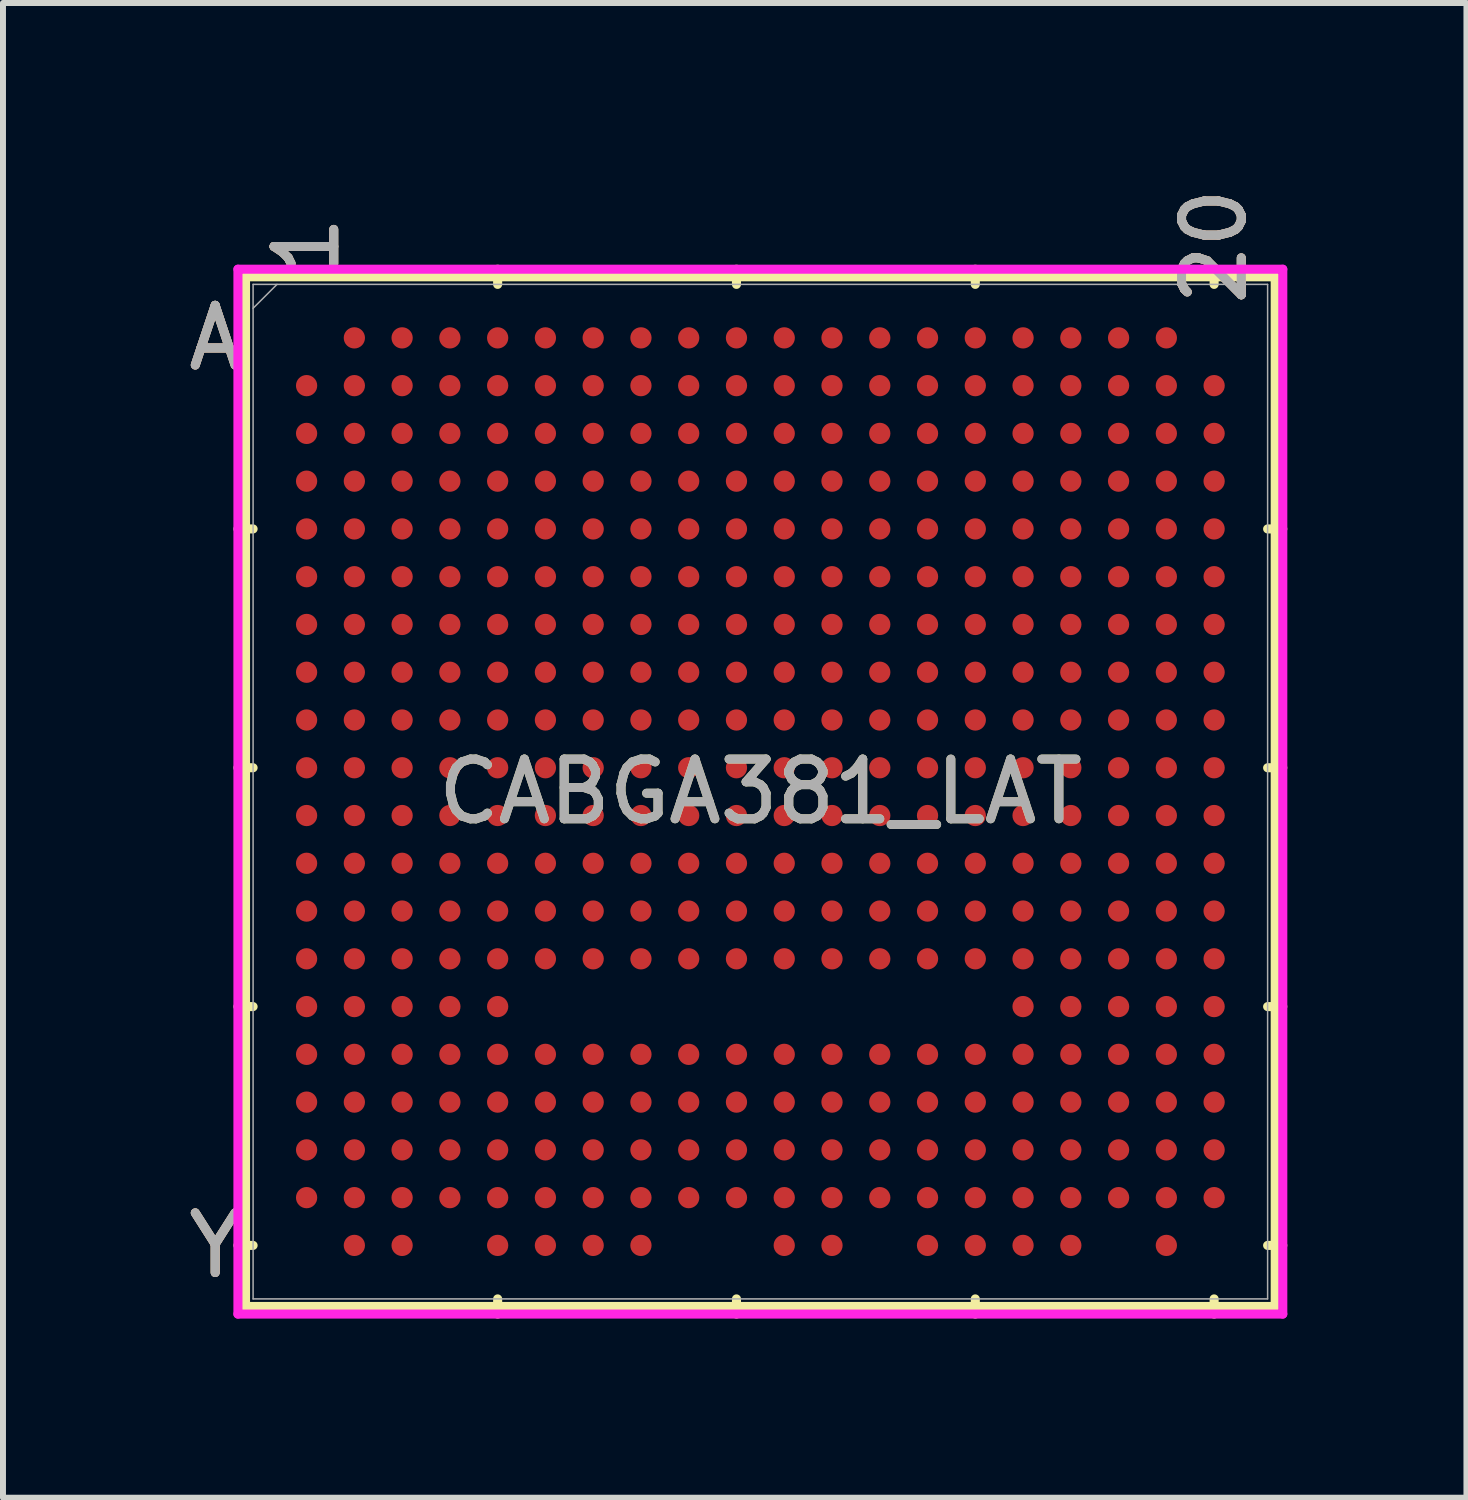
<source format=kicad_pcb>
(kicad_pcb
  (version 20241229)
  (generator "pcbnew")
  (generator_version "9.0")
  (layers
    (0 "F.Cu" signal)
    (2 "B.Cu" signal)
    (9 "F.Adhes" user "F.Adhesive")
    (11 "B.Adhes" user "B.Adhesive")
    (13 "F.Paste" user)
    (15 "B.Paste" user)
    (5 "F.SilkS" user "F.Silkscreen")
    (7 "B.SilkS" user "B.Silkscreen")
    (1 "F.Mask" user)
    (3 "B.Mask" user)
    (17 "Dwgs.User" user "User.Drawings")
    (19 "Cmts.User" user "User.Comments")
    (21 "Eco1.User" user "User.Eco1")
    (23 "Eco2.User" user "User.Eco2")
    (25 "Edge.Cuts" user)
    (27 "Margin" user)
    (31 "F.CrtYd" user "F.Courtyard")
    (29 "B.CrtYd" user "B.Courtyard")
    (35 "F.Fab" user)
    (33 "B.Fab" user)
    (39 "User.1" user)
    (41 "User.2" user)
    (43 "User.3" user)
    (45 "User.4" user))
  (footprint "CABGA381_LAT"
    (layer "F.Cu")
    (at 9.685 10.209)
    (property "Reference" "CABGA381_LAT" (at 0 0 0) (unlocked yes) (layer "F.SilkS") (effects (font (size 1 1) (thickness 0.15))))
    (attr smd)
    (fp_line (start -8.623 -8.623) (end -8.623 8.623) (stroke (width 0.152) (type solid)) (layer "F.SilkS"))
    (fp_line (start -8.623 8.623) (end 8.623 8.623) (stroke (width 0.152) (type solid)) (layer "F.SilkS"))
    (fp_line (start -8.496 -4.4) (end -8.75 -4.4) (stroke (width 0.152) (type solid)) (layer "F.SilkS"))
    (fp_line (start -8.496 -0.4) (end -8.75 -0.4) (stroke (width 0.152) (type solid)) (layer "F.SilkS"))
    (fp_line (start -8.496 3.6) (end -8.75 3.6) (stroke (width 0.152) (type solid)) (layer "F.SilkS"))
    (fp_line (start -8.496 7.6) (end -8.75 7.6) (stroke (width 0.152) (type solid)) (layer "F.SilkS"))
    (fp_line (start -4.4 -8.496) (end -4.4 -8.75) (stroke (width 0.152) (type solid)) (layer "F.SilkS"))
    (fp_line (start -4.4 8.496) (end -4.4 8.75) (stroke (width 0.152) (type solid)) (layer "F.SilkS"))
    (fp_line (start -0.4 -8.496) (end -0.4 -8.75) (stroke (width 0.152) (type solid)) (layer "F.SilkS"))
    (fp_line (start -0.4 8.496) (end -0.4 8.75) (stroke (width 0.152) (type solid)) (layer "F.SilkS"))
    (fp_line (start 3.6 -8.496) (end 3.6 -8.75) (stroke (width 0.152) (type solid)) (layer "F.SilkS"))
    (fp_line (start 3.6 8.496) (end 3.6 8.75) (stroke (width 0.152) (type solid)) (layer "F.SilkS"))
    (fp_line (start 7.6 -8.496) (end 7.6 -8.75) (stroke (width 0.152) (type solid)) (layer "F.SilkS"))
    (fp_line (start 7.6 8.496) (end 7.6 8.75) (stroke (width 0.152) (type solid)) (layer "F.SilkS"))
    (fp_line (start 8.496 -4.4) (end 8.75 -4.4) (stroke (width 0.152) (type solid)) (layer "F.SilkS"))
    (fp_line (start 8.496 -0.4) (end 8.75 -0.4) (stroke (width 0.152) (type solid)) (layer "F.SilkS"))
    (fp_line (start 8.496 3.6) (end 8.75 3.6) (stroke (width 0.152) (type solid)) (layer "F.SilkS"))
    (fp_line (start 8.496 7.6) (end 8.75 7.6) (stroke (width 0.152) (type solid)) (layer "F.SilkS"))
    (fp_line (start 8.623 -8.623) (end -8.623 -8.623) (stroke (width 0.152) (type solid)) (layer "F.SilkS"))
    (fp_line (start 8.623 8.623) (end 8.623 -8.623) (stroke (width 0.152) (type solid)) (layer "F.SilkS"))
    (fp_line (start -8.75 -8.75) (end 8.75 -8.75) (stroke (width 0.152) (type solid)) (layer "F.CrtYd"))
    (fp_line (start -8.75 8.75) (end -8.75 -8.75) (stroke (width 0.152) (type solid)) (layer "F.CrtYd"))
    (fp_line (start 8.75 -8.75) (end 8.75 8.75) (stroke (width 0.152) (type solid)) (layer "F.CrtYd"))
    (fp_line (start 8.75 8.75) (end -8.75 8.75) (stroke (width 0.152) (type solid)) (layer "F.CrtYd"))
    (fp_line (start -8.496 -8.496) (end -8.496 8.496) (stroke (width 0.025) (type solid)) (layer "F.Fab"))
    (fp_line (start -8.496 8.496) (end 8.496 8.496) (stroke (width 0.025) (type solid)) (layer "F.Fab"))
    (fp_line (start -8.096 -8.496) (end -8.496 -8.096) (stroke (width 0.025) (type solid)) (layer "F.Fab"))
    (fp_line (start 8.496 -8.496) (end -8.496 -8.496) (stroke (width 0.025) (type solid)) (layer "F.Fab"))
    (fp_line (start 8.496 8.496) (end 8.496 -8.496) (stroke (width 0.025) (type solid)) (layer "F.Fab"))
    (fp_text user "20" (at 7.6 -9.131 90) (unlocked yes) (layer "F.SilkS") (effects (font (size 1 1) (thickness 0.15))))
    (fp_text user "Y" (at -9.131 7.6 0) (unlocked yes) (layer "F.SilkS") (effects (font (size 1 1) (thickness 0.15))))
    (fp_text user "A" (at -9.131 -7.6 0) (unlocked yes) (layer "F.SilkS") (effects (font (size 1 1) (thickness 0.15))))
    (fp_text user "1" (at -7.6 -9.131 90) (unlocked yes) (layer "F.SilkS") (effects (font (size 1 1) (thickness 0.15))))
    (fp_text user "A" (at -9.131 -7.6 0) (unlocked yes) (layer "B.SilkS") (effects (font (size 1 1) (thickness 0.15))))
    (fp_text user "1" (at -7.6 -9.131 90) (unlocked yes) (layer "B.SilkS") (effects (font (size 1 1) (thickness 0.15))))
    (fp_text user "20" (at 7.6 -9.131 90) (unlocked yes) (layer "B.SilkS") (effects (font (size 1 1) (thickness 0.15))))
    (fp_text user "Y" (at -9.131 7.6 0) (unlocked yes) (layer "B.SilkS") (effects (font (size 1 1) (thickness 0.15))))
    (fp_text user "1" (at -7.6 -9.131 90) (unlocked yes) (layer "F.Fab") (effects (font (size 1 1) (thickness 0.15))))
    (fp_text user "Y" (at -9.131 7.6 0) (unlocked yes) (layer "F.Fab") (effects (font (size 1 1) (thickness 0.15))))
    (fp_text user "${REFERENCE}" (at 0 0 0) (unlocked yes) (layer "F.Fab") (effects (font (size 1 1) (thickness 0.15))))
    (fp_text user "A" (at -9.131 -7.6 0) (unlocked yes) (layer "F.Fab") (effects (font (size 1 1) (thickness 0.15))))
    (fp_text user "20" (at 7.6 -9.131 90) (unlocked yes) (layer "F.Fab") (effects (font (size 1 1) (thickness 0.15))))
    (pad "A2" smd circle (at -6.8 -7.6) (size 0.356 0.356) (layers "F.Cu" "F.Mask" "F.Paste"))
    (pad "A3" smd circle (at -6 -7.6) (size 0.356 0.356) (layers "F.Cu" "F.Mask" "F.Paste"))
    (pad "A4" smd circle (at -5.2 -7.6) (size 0.356 0.356) (layers "F.Cu" "F.Mask" "F.Paste"))
    (pad "A5" smd circle (at -4.4 -7.6) (size 0.356 0.356) (layers "F.Cu" "F.Mask" "F.Paste"))
    (pad "A6" smd circle (at -3.6 -7.6) (size 0.356 0.356) (layers "F.Cu" "F.Mask" "F.Paste"))
    (pad "A7" smd circle (at -2.8 -7.6) (size 0.356 0.356) (layers "F.Cu" "F.Mask" "F.Paste"))
    (pad "A8" smd circle (at -2 -7.6) (size 0.356 0.356) (layers "F.Cu" "F.Mask" "F.Paste"))
    (pad "A9" smd circle (at -1.2 -7.6) (size 0.356 0.356) (layers "F.Cu" "F.Mask" "F.Paste"))
    (pad "A10" smd circle (at -0.4 -7.6) (size 0.356 0.356) (layers "F.Cu" "F.Mask" "F.Paste"))
    (pad "A11" smd circle (at 0.4 -7.6) (size 0.356 0.356) (layers "F.Cu" "F.Mask" "F.Paste"))
    (pad "A12" smd circle (at 1.2 -7.6) (size 0.356 0.356) (layers "F.Cu" "F.Mask" "F.Paste"))
    (pad "A13" smd circle (at 2 -7.6) (size 0.356 0.356) (layers "F.Cu" "F.Mask" "F.Paste"))
    (pad "A14" smd circle (at 2.8 -7.6) (size 0.356 0.356) (layers "F.Cu" "F.Mask" "F.Paste"))
    (pad "A15" smd circle (at 3.6 -7.6) (size 0.356 0.356) (layers "F.Cu" "F.Mask" "F.Paste"))
    (pad "A16" smd circle (at 4.4 -7.6) (size 0.356 0.356) (layers "F.Cu" "F.Mask" "F.Paste"))
    (pad "A17" smd circle (at 5.2 -7.6) (size 0.356 0.356) (layers "F.Cu" "F.Mask" "F.Paste"))
    (pad "A18" smd circle (at 6 -7.6) (size 0.356 0.356) (layers "F.Cu" "F.Mask" "F.Paste"))
    (pad "A19" smd circle (at 6.8 -7.6) (size 0.356 0.356) (layers "F.Cu" "F.Mask" "F.Paste"))
    (pad "B1" smd circle (at -7.6 -6.8) (size 0.356 0.356) (layers "F.Cu" "F.Mask" "F.Paste"))
    (pad "B2" smd circle (at -6.8 -6.8) (size 0.356 0.356) (layers "F.Cu" "F.Mask" "F.Paste"))
    (pad "B3" smd circle (at -6 -6.8) (size 0.356 0.356) (layers "F.Cu" "F.Mask" "F.Paste"))
    (pad "B4" smd circle (at -5.2 -6.8) (size 0.356 0.356) (layers "F.Cu" "F.Mask" "F.Paste"))
    (pad "B5" smd circle (at -4.4 -6.8) (size 0.356 0.356) (layers "F.Cu" "F.Mask" "F.Paste"))
    (pad "B6" smd circle (at -3.6 -6.8) (size 0.356 0.356) (layers "F.Cu" "F.Mask" "F.Paste"))
    (pad "B7" smd circle (at -2.8 -6.8) (size 0.356 0.356) (layers "F.Cu" "F.Mask" "F.Paste"))
    (pad "B8" smd circle (at -2 -6.8) (size 0.356 0.356) (layers "F.Cu" "F.Mask" "F.Paste"))
    (pad "B9" smd circle (at -1.2 -6.8) (size 0.356 0.356) (layers "F.Cu" "F.Mask" "F.Paste"))
    (pad "B10" smd circle (at -0.4 -6.8) (size 0.356 0.356) (layers "F.Cu" "F.Mask" "F.Paste"))
    (pad "B11" smd circle (at 0.4 -6.8) (size 0.356 0.356) (layers "F.Cu" "F.Mask" "F.Paste"))
    (pad "B12" smd circle (at 1.2 -6.8) (size 0.356 0.356) (layers "F.Cu" "F.Mask" "F.Paste"))
    (pad "B13" smd circle (at 2 -6.8) (size 0.356 0.356) (layers "F.Cu" "F.Mask" "F.Paste"))
    (pad "B14" smd circle (at 2.8 -6.8) (size 0.356 0.356) (layers "F.Cu" "F.Mask" "F.Paste"))
    (pad "B15" smd circle (at 3.6 -6.8) (size 0.356 0.356) (layers "F.Cu" "F.Mask" "F.Paste"))
    (pad "B16" smd circle (at 4.4 -6.8) (size 0.356 0.356) (layers "F.Cu" "F.Mask" "F.Paste"))
    (pad "B17" smd circle (at 5.2 -6.8) (size 0.356 0.356) (layers "F.Cu" "F.Mask" "F.Paste"))
    (pad "B18" smd circle (at 6 -6.8) (size 0.356 0.356) (layers "F.Cu" "F.Mask" "F.Paste"))
    (pad "B19" smd circle (at 6.8 -6.8) (size 0.356 0.356) (layers "F.Cu" "F.Mask" "F.Paste"))
    (pad "B20" smd circle (at 7.6 -6.8) (size 0.356 0.356) (layers "F.Cu" "F.Mask" "F.Paste"))
    (pad "C1" smd circle (at -7.6 -6) (size 0.356 0.356) (layers "F.Cu" "F.Mask" "F.Paste"))
    (pad "C2" smd circle (at -6.8 -6) (size 0.356 0.356) (layers "F.Cu" "F.Mask" "F.Paste"))
    (pad "C3" smd circle (at -6 -6) (size 0.356 0.356) (layers "F.Cu" "F.Mask" "F.Paste"))
    (pad "C4" smd circle (at -5.2 -6) (size 0.356 0.356) (layers "F.Cu" "F.Mask" "F.Paste"))
    (pad "C5" smd circle (at -4.4 -6) (size 0.356 0.356) (layers "F.Cu" "F.Mask" "F.Paste"))
    (pad "C6" smd circle (at -3.6 -6) (size 0.356 0.356) (layers "F.Cu" "F.Mask" "F.Paste"))
    (pad "C7" smd circle (at -2.8 -6) (size 0.356 0.356) (layers "F.Cu" "F.Mask" "F.Paste"))
    (pad "C8" smd circle (at -2 -6) (size 0.356 0.356) (layers "F.Cu" "F.Mask" "F.Paste"))
    (pad "C9" smd circle (at -1.2 -6) (size 0.356 0.356) (layers "F.Cu" "F.Mask" "F.Paste"))
    (pad "C10" smd circle (at -0.4 -6) (size 0.356 0.356) (layers "F.Cu" "F.Mask" "F.Paste"))
    (pad "C11" smd circle (at 0.4 -6) (size 0.356 0.356) (layers "F.Cu" "F.Mask" "F.Paste"))
    (pad "C12" smd circle (at 1.2 -6) (size 0.356 0.356) (layers "F.Cu" "F.Mask" "F.Paste"))
    (pad "C13" smd circle (at 2 -6) (size 0.356 0.356) (layers "F.Cu" "F.Mask" "F.Paste"))
    (pad "C14" smd circle (at 2.8 -6) (size 0.356 0.356) (layers "F.Cu" "F.Mask" "F.Paste"))
    (pad "C15" smd circle (at 3.6 -6) (size 0.356 0.356) (layers "F.Cu" "F.Mask" "F.Paste"))
    (pad "C16" smd circle (at 4.4 -6) (size 0.356 0.356) (layers "F.Cu" "F.Mask" "F.Paste"))
    (pad "C17" smd circle (at 5.2 -6) (size 0.356 0.356) (layers "F.Cu" "F.Mask" "F.Paste"))
    (pad "C18" smd circle (at 6 -6) (size 0.356 0.356) (layers "F.Cu" "F.Mask" "F.Paste"))
    (pad "C19" smd circle (at 6.8 -6) (size 0.356 0.356) (layers "F.Cu" "F.Mask" "F.Paste"))
    (pad "C20" smd circle (at 7.6 -6) (size 0.356 0.356) (layers "F.Cu" "F.Mask" "F.Paste"))
    (pad "D1" smd circle (at -7.6 -5.2) (size 0.356 0.356) (layers "F.Cu" "F.Mask" "F.Paste"))
    (pad "D2" smd circle (at -6.8 -5.2) (size 0.356 0.356) (layers "F.Cu" "F.Mask" "F.Paste"))
    (pad "D3" smd circle (at -6 -5.2) (size 0.356 0.356) (layers "F.Cu" "F.Mask" "F.Paste"))
    (pad "D4" smd circle (at -5.2 -5.2) (size 0.356 0.356) (layers "F.Cu" "F.Mask" "F.Paste"))
    (pad "D5" smd circle (at -4.4 -5.2) (size 0.356 0.356) (layers "F.Cu" "F.Mask" "F.Paste"))
    (pad "D6" smd circle (at -3.6 -5.2) (size 0.356 0.356) (layers "F.Cu" "F.Mask" "F.Paste"))
    (pad "D7" smd circle (at -2.8 -5.2) (size 0.356 0.356) (layers "F.Cu" "F.Mask" "F.Paste"))
    (pad "D8" smd circle (at -2 -5.2) (size 0.356 0.356) (layers "F.Cu" "F.Mask" "F.Paste"))
    (pad "D9" smd circle (at -1.2 -5.2) (size 0.356 0.356) (layers "F.Cu" "F.Mask" "F.Paste"))
    (pad "D10" smd circle (at -0.4 -5.2) (size 0.356 0.356) (layers "F.Cu" "F.Mask" "F.Paste"))
    (pad "D11" smd circle (at 0.4 -5.2) (size 0.356 0.356) (layers "F.Cu" "F.Mask" "F.Paste"))
    (pad "D12" smd circle (at 1.2 -5.2) (size 0.356 0.356) (layers "F.Cu" "F.Mask" "F.Paste"))
    (pad "D13" smd circle (at 2 -5.2) (size 0.356 0.356) (layers "F.Cu" "F.Mask" "F.Paste"))
    (pad "D14" smd circle (at 2.8 -5.2) (size 0.356 0.356) (layers "F.Cu" "F.Mask" "F.Paste"))
    (pad "D15" smd circle (at 3.6 -5.2) (size 0.356 0.356) (layers "F.Cu" "F.Mask" "F.Paste"))
    (pad "D16" smd circle (at 4.4 -5.2) (size 0.356 0.356) (layers "F.Cu" "F.Mask" "F.Paste"))
    (pad "D17" smd circle (at 5.2 -5.2) (size 0.356 0.356) (layers "F.Cu" "F.Mask" "F.Paste"))
    (pad "D18" smd circle (at 6 -5.2) (size 0.356 0.356) (layers "F.Cu" "F.Mask" "F.Paste"))
    (pad "D19" smd circle (at 6.8 -5.2) (size 0.356 0.356) (layers "F.Cu" "F.Mask" "F.Paste"))
    (pad "D20" smd circle (at 7.6 -5.2) (size 0.356 0.356) (layers "F.Cu" "F.Mask" "F.Paste"))
    (pad "E1" smd circle (at -7.6 -4.4) (size 0.356 0.356) (layers "F.Cu" "F.Mask" "F.Paste"))
    (pad "E2" smd circle (at -6.8 -4.4) (size 0.356 0.356) (layers "F.Cu" "F.Mask" "F.Paste"))
    (pad "E3" smd circle (at -6 -4.4) (size 0.356 0.356) (layers "F.Cu" "F.Mask" "F.Paste"))
    (pad "E4" smd circle (at -5.2 -4.4) (size 0.356 0.356) (layers "F.Cu" "F.Mask" "F.Paste"))
    (pad "E5" smd circle (at -4.4 -4.4) (size 0.356 0.356) (layers "F.Cu" "F.Mask" "F.Paste"))
    (pad "E6" smd circle (at -3.6 -4.4) (size 0.356 0.356) (layers "F.Cu" "F.Mask" "F.Paste"))
    (pad "E7" smd circle (at -2.8 -4.4) (size 0.356 0.356) (layers "F.Cu" "F.Mask" "F.Paste"))
    (pad "E8" smd circle (at -2 -4.4) (size 0.356 0.356) (layers "F.Cu" "F.Mask" "F.Paste"))
    (pad "E9" smd circle (at -1.2 -4.4) (size 0.356 0.356) (layers "F.Cu" "F.Mask" "F.Paste"))
    (pad "E10" smd circle (at -0.4 -4.4) (size 0.356 0.356) (layers "F.Cu" "F.Mask" "F.Paste"))
    (pad "E11" smd circle (at 0.4 -4.4) (size 0.356 0.356) (layers "F.Cu" "F.Mask" "F.Paste"))
    (pad "E12" smd circle (at 1.2 -4.4) (size 0.356 0.356) (layers "F.Cu" "F.Mask" "F.Paste"))
    (pad "E13" smd circle (at 2 -4.4) (size 0.356 0.356) (layers "F.Cu" "F.Mask" "F.Paste"))
    (pad "E14" smd circle (at 2.8 -4.4) (size 0.356 0.356) (layers "F.Cu" "F.Mask" "F.Paste"))
    (pad "E15" smd circle (at 3.6 -4.4) (size 0.356 0.356) (layers "F.Cu" "F.Mask" "F.Paste"))
    (pad "E16" smd circle (at 4.4 -4.4) (size 0.356 0.356) (layers "F.Cu" "F.Mask" "F.Paste"))
    (pad "E17" smd circle (at 5.2 -4.4) (size 0.356 0.356) (layers "F.Cu" "F.Mask" "F.Paste"))
    (pad "E18" smd circle (at 6 -4.4) (size 0.356 0.356) (layers "F.Cu" "F.Mask" "F.Paste"))
    (pad "E19" smd circle (at 6.8 -4.4) (size 0.356 0.356) (layers "F.Cu" "F.Mask" "F.Paste"))
    (pad "E20" smd circle (at 7.6 -4.4) (size 0.356 0.356) (layers "F.Cu" "F.Mask" "F.Paste"))
    (pad "F1" smd circle (at -7.6 -3.6) (size 0.356 0.356) (layers "F.Cu" "F.Mask" "F.Paste"))
    (pad "F2" smd circle (at -6.8 -3.6) (size 0.356 0.356) (layers "F.Cu" "F.Mask" "F.Paste"))
    (pad "F3" smd circle (at -6 -3.6) (size 0.356 0.356) (layers "F.Cu" "F.Mask" "F.Paste"))
    (pad "F4" smd circle (at -5.2 -3.6) (size 0.356 0.356) (layers "F.Cu" "F.Mask" "F.Paste"))
    (pad "F5" smd circle (at -4.4 -3.6) (size 0.356 0.356) (layers "F.Cu" "F.Mask" "F.Paste"))
    (pad "F6" smd circle (at -3.6 -3.6) (size 0.356 0.356) (layers "F.Cu" "F.Mask" "F.Paste"))
    (pad "F7" smd circle (at -2.8 -3.6) (size 0.356 0.356) (layers "F.Cu" "F.Mask" "F.Paste"))
    (pad "F8" smd circle (at -2 -3.6) (size 0.356 0.356) (layers "F.Cu" "F.Mask" "F.Paste"))
    (pad "F9" smd circle (at -1.2 -3.6) (size 0.356 0.356) (layers "F.Cu" "F.Mask" "F.Paste"))
    (pad "F10" smd circle (at -0.4 -3.6) (size 0.356 0.356) (layers "F.Cu" "F.Mask" "F.Paste"))
    (pad "F11" smd circle (at 0.4 -3.6) (size 0.356 0.356) (layers "F.Cu" "F.Mask" "F.Paste"))
    (pad "F12" smd circle (at 1.2 -3.6) (size 0.356 0.356) (layers "F.Cu" "F.Mask" "F.Paste"))
    (pad "F13" smd circle (at 2 -3.6) (size 0.356 0.356) (layers "F.Cu" "F.Mask" "F.Paste"))
    (pad "F14" smd circle (at 2.8 -3.6) (size 0.356 0.356) (layers "F.Cu" "F.Mask" "F.Paste"))
    (pad "F15" smd circle (at 3.6 -3.6) (size 0.356 0.356) (layers "F.Cu" "F.Mask" "F.Paste"))
    (pad "F16" smd circle (at 4.4 -3.6) (size 0.356 0.356) (layers "F.Cu" "F.Mask" "F.Paste"))
    (pad "F17" smd circle (at 5.2 -3.6) (size 0.356 0.356) (layers "F.Cu" "F.Mask" "F.Paste"))
    (pad "F18" smd circle (at 6 -3.6) (size 0.356 0.356) (layers "F.Cu" "F.Mask" "F.Paste"))
    (pad "F19" smd circle (at 6.8 -3.6) (size 0.356 0.356) (layers "F.Cu" "F.Mask" "F.Paste"))
    (pad "F20" smd circle (at 7.6 -3.6) (size 0.356 0.356) (layers "F.Cu" "F.Mask" "F.Paste"))
    (pad "G1" smd circle (at -7.6 -2.8) (size 0.356 0.356) (layers "F.Cu" "F.Mask" "F.Paste"))
    (pad "G2" smd circle (at -6.8 -2.8) (size 0.356 0.356) (layers "F.Cu" "F.Mask" "F.Paste"))
    (pad "G3" smd circle (at -6 -2.8) (size 0.356 0.356) (layers "F.Cu" "F.Mask" "F.Paste"))
    (pad "G4" smd circle (at -5.2 -2.8) (size 0.356 0.356) (layers "F.Cu" "F.Mask" "F.Paste"))
    (pad "G5" smd circle (at -4.4 -2.8) (size 0.356 0.356) (layers "F.Cu" "F.Mask" "F.Paste"))
    (pad "G6" smd circle (at -3.6 -2.8) (size 0.356 0.356) (layers "F.Cu" "F.Mask" "F.Paste"))
    (pad "G7" smd circle (at -2.8 -2.8) (size 0.356 0.356) (layers "F.Cu" "F.Mask" "F.Paste"))
    (pad "G8" smd circle (at -2 -2.8) (size 0.356 0.356) (layers "F.Cu" "F.Mask" "F.Paste"))
    (pad "G9" smd circle (at -1.2 -2.8) (size 0.356 0.356) (layers "F.Cu" "F.Mask" "F.Paste"))
    (pad "G10" smd circle (at -0.4 -2.8) (size 0.356 0.356) (layers "F.Cu" "F.Mask" "F.Paste"))
    (pad "G11" smd circle (at 0.4 -2.8) (size 0.356 0.356) (layers "F.Cu" "F.Mask" "F.Paste"))
    (pad "G12" smd circle (at 1.2 -2.8) (size 0.356 0.356) (layers "F.Cu" "F.Mask" "F.Paste"))
    (pad "G13" smd circle (at 2 -2.8) (size 0.356 0.356) (layers "F.Cu" "F.Mask" "F.Paste"))
    (pad "G14" smd circle (at 2.8 -2.8) (size 0.356 0.356) (layers "F.Cu" "F.Mask" "F.Paste"))
    (pad "G15" smd circle (at 3.6 -2.8) (size 0.356 0.356) (layers "F.Cu" "F.Mask" "F.Paste"))
    (pad "G16" smd circle (at 4.4 -2.8) (size 0.356 0.356) (layers "F.Cu" "F.Mask" "F.Paste"))
    (pad "G17" smd circle (at 5.2 -2.8) (size 0.356 0.356) (layers "F.Cu" "F.Mask" "F.Paste"))
    (pad "G18" smd circle (at 6 -2.8) (size 0.356 0.356) (layers "F.Cu" "F.Mask" "F.Paste"))
    (pad "G19" smd circle (at 6.8 -2.8) (size 0.356 0.356) (layers "F.Cu" "F.Mask" "F.Paste"))
    (pad "G20" smd circle (at 7.6 -2.8) (size 0.356 0.356) (layers "F.Cu" "F.Mask" "F.Paste"))
    (pad "H1" smd circle (at -7.6 -2) (size 0.356 0.356) (layers "F.Cu" "F.Mask" "F.Paste"))
    (pad "H2" smd circle (at -6.8 -2) (size 0.356 0.356) (layers "F.Cu" "F.Mask" "F.Paste"))
    (pad "H3" smd circle (at -6 -2) (size 0.356 0.356) (layers "F.Cu" "F.Mask" "F.Paste"))
    (pad "H4" smd circle (at -5.2 -2) (size 0.356 0.356) (layers "F.Cu" "F.Mask" "F.Paste"))
    (pad "H5" smd circle (at -4.4 -2) (size 0.356 0.356) (layers "F.Cu" "F.Mask" "F.Paste"))
    (pad "H6" smd circle (at -3.6 -2) (size 0.356 0.356) (layers "F.Cu" "F.Mask" "F.Paste"))
    (pad "H7" smd circle (at -2.8 -2) (size 0.356 0.356) (layers "F.Cu" "F.Mask" "F.Paste"))
    (pad "H8" smd circle (at -2 -2) (size 0.356 0.356) (layers "F.Cu" "F.Mask" "F.Paste"))
    (pad "H9" smd circle (at -1.2 -2) (size 0.356 0.356) (layers "F.Cu" "F.Mask" "F.Paste"))
    (pad "H10" smd circle (at -0.4 -2) (size 0.356 0.356) (layers "F.Cu" "F.Mask" "F.Paste"))
    (pad "H11" smd circle (at 0.4 -2) (size 0.356 0.356) (layers "F.Cu" "F.Mask" "F.Paste"))
    (pad "H12" smd circle (at 1.2 -2) (size 0.356 0.356) (layers "F.Cu" "F.Mask" "F.Paste"))
    (pad "H13" smd circle (at 2 -2) (size 0.356 0.356) (layers "F.Cu" "F.Mask" "F.Paste"))
    (pad "H14" smd circle (at 2.8 -2) (size 0.356 0.356) (layers "F.Cu" "F.Mask" "F.Paste"))
    (pad "H15" smd circle (at 3.6 -2) (size 0.356 0.356) (layers "F.Cu" "F.Mask" "F.Paste"))
    (pad "H16" smd circle (at 4.4 -2) (size 0.356 0.356) (layers "F.Cu" "F.Mask" "F.Paste"))
    (pad "H17" smd circle (at 5.2 -2) (size 0.356 0.356) (layers "F.Cu" "F.Mask" "F.Paste"))
    (pad "H18" smd circle (at 6 -2) (size 0.356 0.356) (layers "F.Cu" "F.Mask" "F.Paste"))
    (pad "H19" smd circle (at 6.8 -2) (size 0.356 0.356) (layers "F.Cu" "F.Mask" "F.Paste"))
    (pad "H20" smd circle (at 7.6 -2) (size 0.356 0.356) (layers "F.Cu" "F.Mask" "F.Paste"))
    (pad "J1" smd circle (at -7.6 -1.2) (size 0.356 0.356) (layers "F.Cu" "F.Mask" "F.Paste"))
    (pad "J2" smd circle (at -6.8 -1.2) (size 0.356 0.356) (layers "F.Cu" "F.Mask" "F.Paste"))
    (pad "J3" smd circle (at -6 -1.2) (size 0.356 0.356) (layers "F.Cu" "F.Mask" "F.Paste"))
    (pad "J4" smd circle (at -5.2 -1.2) (size 0.356 0.356) (layers "F.Cu" "F.Mask" "F.Paste"))
    (pad "J5" smd circle (at -4.4 -1.2) (size 0.356 0.356) (layers "F.Cu" "F.Mask" "F.Paste"))
    (pad "J6" smd circle (at -3.6 -1.2) (size 0.356 0.356) (layers "F.Cu" "F.Mask" "F.Paste"))
    (pad "J7" smd circle (at -2.8 -1.2) (size 0.356 0.356) (layers "F.Cu" "F.Mask" "F.Paste"))
    (pad "J8" smd circle (at -2 -1.2) (size 0.356 0.356) (layers "F.Cu" "F.Mask" "F.Paste"))
    (pad "J9" smd circle (at -1.2 -1.2) (size 0.356 0.356) (layers "F.Cu" "F.Mask" "F.Paste"))
    (pad "J10" smd circle (at -0.4 -1.2) (size 0.356 0.356) (layers "F.Cu" "F.Mask" "F.Paste"))
    (pad "J11" smd circle (at 0.4 -1.2) (size 0.356 0.356) (layers "F.Cu" "F.Mask" "F.Paste"))
    (pad "J12" smd circle (at 1.2 -1.2) (size 0.356 0.356) (layers "F.Cu" "F.Mask" "F.Paste"))
    (pad "J13" smd circle (at 2 -1.2) (size 0.356 0.356) (layers "F.Cu" "F.Mask" "F.Paste"))
    (pad "J14" smd circle (at 2.8 -1.2) (size 0.356 0.356) (layers "F.Cu" "F.Mask" "F.Paste"))
    (pad "J15" smd circle (at 3.6 -1.2) (size 0.356 0.356) (layers "F.Cu" "F.Mask" "F.Paste"))
    (pad "J16" smd circle (at 4.4 -1.2) (size 0.356 0.356) (layers "F.Cu" "F.Mask" "F.Paste"))
    (pad "J17" smd circle (at 5.2 -1.2) (size 0.356 0.356) (layers "F.Cu" "F.Mask" "F.Paste"))
    (pad "J18" smd circle (at 6 -1.2) (size 0.356 0.356) (layers "F.Cu" "F.Mask" "F.Paste"))
    (pad "J19" smd circle (at 6.8 -1.2) (size 0.356 0.356) (layers "F.Cu" "F.Mask" "F.Paste"))
    (pad "J20" smd circle (at 7.6 -1.2) (size 0.356 0.356) (layers "F.Cu" "F.Mask" "F.Paste"))
    (pad "K1" smd circle (at -7.6 -0.4) (size 0.356 0.356) (layers "F.Cu" "F.Mask" "F.Paste"))
    (pad "K2" smd circle (at -6.8 -0.4) (size 0.356 0.356) (layers "F.Cu" "F.Mask" "F.Paste"))
    (pad "K3" smd circle (at -6 -0.4) (size 0.356 0.356) (layers "F.Cu" "F.Mask" "F.Paste"))
    (pad "K4" smd circle (at -5.2 -0.4) (size 0.356 0.356) (layers "F.Cu" "F.Mask" "F.Paste"))
    (pad "K5" smd circle (at -4.4 -0.4) (size 0.356 0.356) (layers "F.Cu" "F.Mask" "F.Paste"))
    (pad "K6" smd circle (at -3.6 -0.4) (size 0.356 0.356) (layers "F.Cu" "F.Mask" "F.Paste"))
    (pad "K7" smd circle (at -2.8 -0.4) (size 0.356 0.356) (layers "F.Cu" "F.Mask" "F.Paste"))
    (pad "K8" smd circle (at -2 -0.4) (size 0.356 0.356) (layers "F.Cu" "F.Mask" "F.Paste"))
    (pad "K9" smd circle (at -1.2 -0.4) (size 0.356 0.356) (layers "F.Cu" "F.Mask" "F.Paste"))
    (pad "K10" smd circle (at -0.4 -0.4) (size 0.356 0.356) (layers "F.Cu" "F.Mask" "F.Paste"))
    (pad "K11" smd circle (at 0.4 -0.4) (size 0.356 0.356) (layers "F.Cu" "F.Mask" "F.Paste"))
    (pad "K12" smd circle (at 1.2 -0.4) (size 0.356 0.356) (layers "F.Cu" "F.Mask" "F.Paste"))
    (pad "K13" smd circle (at 2 -0.4) (size 0.356 0.356) (layers "F.Cu" "F.Mask" "F.Paste"))
    (pad "K14" smd circle (at 2.8 -0.4) (size 0.356 0.356) (layers "F.Cu" "F.Mask" "F.Paste"))
    (pad "K15" smd circle (at 3.6 -0.4) (size 0.356 0.356) (layers "F.Cu" "F.Mask" "F.Paste"))
    (pad "K16" smd circle (at 4.4 -0.4) (size 0.356 0.356) (layers "F.Cu" "F.Mask" "F.Paste"))
    (pad "K17" smd circle (at 5.2 -0.4) (size 0.356 0.356) (layers "F.Cu" "F.Mask" "F.Paste"))
    (pad "K18" smd circle (at 6 -0.4) (size 0.356 0.356) (layers "F.Cu" "F.Mask" "F.Paste"))
    (pad "K19" smd circle (at 6.8 -0.4) (size 0.356 0.356) (layers "F.Cu" "F.Mask" "F.Paste"))
    (pad "K20" smd circle (at 7.6 -0.4) (size 0.356 0.356) (layers "F.Cu" "F.Mask" "F.Paste"))
    (pad "L1" smd circle (at -7.6 0.4) (size 0.356 0.356) (layers "F.Cu" "F.Mask" "F.Paste"))
    (pad "L2" smd circle (at -6.8 0.4) (size 0.356 0.356) (layers "F.Cu" "F.Mask" "F.Paste"))
    (pad "L3" smd circle (at -6 0.4) (size 0.356 0.356) (layers "F.Cu" "F.Mask" "F.Paste"))
    (pad "L4" smd circle (at -5.2 0.4) (size 0.356 0.356) (layers "F.Cu" "F.Mask" "F.Paste"))
    (pad "L5" smd circle (at -4.4 0.4) (size 0.356 0.356) (layers "F.Cu" "F.Mask" "F.Paste"))
    (pad "L6" smd circle (at -3.6 0.4) (size 0.356 0.356) (layers "F.Cu" "F.Mask" "F.Paste"))
    (pad "L7" smd circle (at -2.8 0.4) (size 0.356 0.356) (layers "F.Cu" "F.Mask" "F.Paste"))
    (pad "L8" smd circle (at -2 0.4) (size 0.356 0.356) (layers "F.Cu" "F.Mask" "F.Paste"))
    (pad "L9" smd circle (at -1.2 0.4) (size 0.356 0.356) (layers "F.Cu" "F.Mask" "F.Paste"))
    (pad "L10" smd circle (at -0.4 0.4) (size 0.356 0.356) (layers "F.Cu" "F.Mask" "F.Paste"))
    (pad "L11" smd circle (at 0.4 0.4) (size 0.356 0.356) (layers "F.Cu" "F.Mask" "F.Paste"))
    (pad "L12" smd circle (at 1.2 0.4) (size 0.356 0.356) (layers "F.Cu" "F.Mask" "F.Paste"))
    (pad "L13" smd circle (at 2 0.4) (size 0.356 0.356) (layers "F.Cu" "F.Mask" "F.Paste"))
    (pad "L14" smd circle (at 2.8 0.4) (size 0.356 0.356) (layers "F.Cu" "F.Mask" "F.Paste"))
    (pad "L15" smd circle (at 3.6 0.4) (size 0.356 0.356) (layers "F.Cu" "F.Mask" "F.Paste"))
    (pad "L16" smd circle (at 4.4 0.4) (size 0.356 0.356) (layers "F.Cu" "F.Mask" "F.Paste"))
    (pad "L17" smd circle (at 5.2 0.4) (size 0.356 0.356) (layers "F.Cu" "F.Mask" "F.Paste"))
    (pad "L18" smd circle (at 6 0.4) (size 0.356 0.356) (layers "F.Cu" "F.Mask" "F.Paste"))
    (pad "L19" smd circle (at 6.8 0.4) (size 0.356 0.356) (layers "F.Cu" "F.Mask" "F.Paste"))
    (pad "L20" smd circle (at 7.6 0.4) (size 0.356 0.356) (layers "F.Cu" "F.Mask" "F.Paste"))
    (pad "M1" smd circle (at -7.6 1.2) (size 0.356 0.356) (layers "F.Cu" "F.Mask" "F.Paste"))
    (pad "M2" smd circle (at -6.8 1.2) (size 0.356 0.356) (layers "F.Cu" "F.Mask" "F.Paste"))
    (pad "M3" smd circle (at -6 1.2) (size 0.356 0.356) (layers "F.Cu" "F.Mask" "F.Paste"))
    (pad "M4" smd circle (at -5.2 1.2) (size 0.356 0.356) (layers "F.Cu" "F.Mask" "F.Paste"))
    (pad "M5" smd circle (at -4.4 1.2) (size 0.356 0.356) (layers "F.Cu" "F.Mask" "F.Paste"))
    (pad "M6" smd circle (at -3.6 1.2) (size 0.356 0.356) (layers "F.Cu" "F.Mask" "F.Paste"))
    (pad "M7" smd circle (at -2.8 1.2) (size 0.356 0.356) (layers "F.Cu" "F.Mask" "F.Paste"))
    (pad "M8" smd circle (at -2 1.2) (size 0.356 0.356) (layers "F.Cu" "F.Mask" "F.Paste"))
    (pad "M9" smd circle (at -1.2 1.2) (size 0.356 0.356) (layers "F.Cu" "F.Mask" "F.Paste"))
    (pad "M10" smd circle (at -0.4 1.2) (size 0.356 0.356) (layers "F.Cu" "F.Mask" "F.Paste"))
    (pad "M11" smd circle (at 0.4 1.2) (size 0.356 0.356) (layers "F.Cu" "F.Mask" "F.Paste"))
    (pad "M12" smd circle (at 1.2 1.2) (size 0.356 0.356) (layers "F.Cu" "F.Mask" "F.Paste"))
    (pad "M13" smd circle (at 2 1.2) (size 0.356 0.356) (layers "F.Cu" "F.Mask" "F.Paste"))
    (pad "M14" smd circle (at 2.8 1.2) (size 0.356 0.356) (layers "F.Cu" "F.Mask" "F.Paste"))
    (pad "M15" smd circle (at 3.6 1.2) (size 0.356 0.356) (layers "F.Cu" "F.Mask" "F.Paste"))
    (pad "M16" smd circle (at 4.4 1.2) (size 0.356 0.356) (layers "F.Cu" "F.Mask" "F.Paste"))
    (pad "M17" smd circle (at 5.2 1.2) (size 0.356 0.356) (layers "F.Cu" "F.Mask" "F.Paste"))
    (pad "M18" smd circle (at 6 1.2) (size 0.356 0.356) (layers "F.Cu" "F.Mask" "F.Paste"))
    (pad "M19" smd circle (at 6.8 1.2) (size 0.356 0.356) (layers "F.Cu" "F.Mask" "F.Paste"))
    (pad "M20" smd circle (at 7.6 1.2) (size 0.356 0.356) (layers "F.Cu" "F.Mask" "F.Paste"))
    (pad "N1" smd circle (at -7.6 2) (size 0.356 0.356) (layers "F.Cu" "F.Mask" "F.Paste"))
    (pad "N2" smd circle (at -6.8 2) (size 0.356 0.356) (layers "F.Cu" "F.Mask" "F.Paste"))
    (pad "N3" smd circle (at -6 2) (size 0.356 0.356) (layers "F.Cu" "F.Mask" "F.Paste"))
    (pad "N4" smd circle (at -5.2 2) (size 0.356 0.356) (layers "F.Cu" "F.Mask" "F.Paste"))
    (pad "N5" smd circle (at -4.4 2) (size 0.356 0.356) (layers "F.Cu" "F.Mask" "F.Paste"))
    (pad "N6" smd circle (at -3.6 2) (size 0.356 0.356) (layers "F.Cu" "F.Mask" "F.Paste"))
    (pad "N7" smd circle (at -2.8 2) (size 0.356 0.356) (layers "F.Cu" "F.Mask" "F.Paste"))
    (pad "N8" smd circle (at -2 2) (size 0.356 0.356) (layers "F.Cu" "F.Mask" "F.Paste"))
    (pad "N9" smd circle (at -1.2 2) (size 0.356 0.356) (layers "F.Cu" "F.Mask" "F.Paste"))
    (pad "N10" smd circle (at -0.4 2) (size 0.356 0.356) (layers "F.Cu" "F.Mask" "F.Paste"))
    (pad "N11" smd circle (at 0.4 2) (size 0.356 0.356) (layers "F.Cu" "F.Mask" "F.Paste"))
    (pad "N12" smd circle (at 1.2 2) (size 0.356 0.356) (layers "F.Cu" "F.Mask" "F.Paste"))
    (pad "N13" smd circle (at 2 2) (size 0.356 0.356) (layers "F.Cu" "F.Mask" "F.Paste"))
    (pad "N14" smd circle (at 2.8 2) (size 0.356 0.356) (layers "F.Cu" "F.Mask" "F.Paste"))
    (pad "N15" smd circle (at 3.6 2) (size 0.356 0.356) (layers "F.Cu" "F.Mask" "F.Paste"))
    (pad "N16" smd circle (at 4.4 2) (size 0.356 0.356) (layers "F.Cu" "F.Mask" "F.Paste"))
    (pad "N17" smd circle (at 5.2 2) (size 0.356 0.356) (layers "F.Cu" "F.Mask" "F.Paste"))
    (pad "N18" smd circle (at 6 2) (size 0.356 0.356) (layers "F.Cu" "F.Mask" "F.Paste"))
    (pad "N19" smd circle (at 6.8 2) (size 0.356 0.356) (layers "F.Cu" "F.Mask" "F.Paste"))
    (pad "N20" smd circle (at 7.6 2) (size 0.356 0.356) (layers "F.Cu" "F.Mask" "F.Paste"))
    (pad "P1" smd circle (at -7.6 2.8) (size 0.356 0.356) (layers "F.Cu" "F.Mask" "F.Paste"))
    (pad "P2" smd circle (at -6.8 2.8) (size 0.356 0.356) (layers "F.Cu" "F.Mask" "F.Paste"))
    (pad "P3" smd circle (at -6 2.8) (size 0.356 0.356) (layers "F.Cu" "F.Mask" "F.Paste"))
    (pad "P4" smd circle (at -5.2 2.8) (size 0.356 0.356) (layers "F.Cu" "F.Mask" "F.Paste"))
    (pad "P5" smd circle (at -4.4 2.8) (size 0.356 0.356) (layers "F.Cu" "F.Mask" "F.Paste"))
    (pad "P6" smd circle (at -3.6 2.8) (size 0.356 0.356) (layers "F.Cu" "F.Mask" "F.Paste"))
    (pad "P7" smd circle (at -2.8 2.8) (size 0.356 0.356) (layers "F.Cu" "F.Mask" "F.Paste"))
    (pad "P8" smd circle (at -2 2.8) (size 0.356 0.356) (layers "F.Cu" "F.Mask" "F.Paste"))
    (pad "P9" smd circle (at -1.2 2.8) (size 0.356 0.356) (layers "F.Cu" "F.Mask" "F.Paste"))
    (pad "P10" smd circle (at -0.4 2.8) (size 0.356 0.356) (layers "F.Cu" "F.Mask" "F.Paste"))
    (pad "P11" smd circle (at 0.4 2.8) (size 0.356 0.356) (layers "F.Cu" "F.Mask" "F.Paste"))
    (pad "P12" smd circle (at 1.2 2.8) (size 0.356 0.356) (layers "F.Cu" "F.Mask" "F.Paste"))
    (pad "P13" smd circle (at 2 2.8) (size 0.356 0.356) (layers "F.Cu" "F.Mask" "F.Paste"))
    (pad "P14" smd circle (at 2.8 2.8) (size 0.356 0.356) (layers "F.Cu" "F.Mask" "F.Paste"))
    (pad "P15" smd circle (at 3.6 2.8) (size 0.356 0.356) (layers "F.Cu" "F.Mask" "F.Paste"))
    (pad "P16" smd circle (at 4.4 2.8) (size 0.356 0.356) (layers "F.Cu" "F.Mask" "F.Paste"))
    (pad "P17" smd circle (at 5.2 2.8) (size 0.356 0.356) (layers "F.Cu" "F.Mask" "F.Paste"))
    (pad "P18" smd circle (at 6 2.8) (size 0.356 0.356) (layers "F.Cu" "F.Mask" "F.Paste"))
    (pad "P19" smd circle (at 6.8 2.8) (size 0.356 0.356) (layers "F.Cu" "F.Mask" "F.Paste"))
    (pad "P20" smd circle (at 7.6 2.8) (size 0.356 0.356) (layers "F.Cu" "F.Mask" "F.Paste"))
    (pad "R1" smd circle (at -7.6 3.6) (size 0.356 0.356) (layers "F.Cu" "F.Mask" "F.Paste"))
    (pad "R2" smd circle (at -6.8 3.6) (size 0.356 0.356) (layers "F.Cu" "F.Mask" "F.Paste"))
    (pad "R3" smd circle (at -6 3.6) (size 0.356 0.356) (layers "F.Cu" "F.Mask" "F.Paste"))
    (pad "R4" smd circle (at -5.2 3.6) (size 0.356 0.356) (layers "F.Cu" "F.Mask" "F.Paste"))
    (pad "R5" smd circle (at -4.4 3.6) (size 0.356 0.356) (layers "F.Cu" "F.Mask" "F.Paste"))
    (pad "R16" smd circle (at 4.4 3.6) (size 0.356 0.356) (layers "F.Cu" "F.Mask" "F.Paste"))
    (pad "R17" smd circle (at 5.2 3.6) (size 0.356 0.356) (layers "F.Cu" "F.Mask" "F.Paste"))
    (pad "R18" smd circle (at 6 3.6) (size 0.356 0.356) (layers "F.Cu" "F.Mask" "F.Paste"))
    (pad "R19" smd circle (at 6.8 3.6) (size 0.356 0.356) (layers "F.Cu" "F.Mask" "F.Paste"))
    (pad "R20" smd circle (at 7.6 3.6) (size 0.356 0.356) (layers "F.Cu" "F.Mask" "F.Paste"))
    (pad "T1" smd circle (at -7.6 4.4) (size 0.356 0.356) (layers "F.Cu" "F.Mask" "F.Paste"))
    (pad "T2" smd circle (at -6.8 4.4) (size 0.356 0.356) (layers "F.Cu" "F.Mask" "F.Paste"))
    (pad "T3" smd circle (at -6 4.4) (size 0.356 0.356) (layers "F.Cu" "F.Mask" "F.Paste"))
    (pad "T4" smd circle (at -5.2 4.4) (size 0.356 0.356) (layers "F.Cu" "F.Mask" "F.Paste"))
    (pad "T5" smd circle (at -4.4 4.4) (size 0.356 0.356) (layers "F.Cu" "F.Mask" "F.Paste"))
    (pad "T6" smd circle (at -3.6 4.4) (size 0.356 0.356) (layers "F.Cu" "F.Mask" "F.Paste"))
    (pad "T7" smd circle (at -2.8 4.4) (size 0.356 0.356) (layers "F.Cu" "F.Mask" "F.Paste"))
    (pad "T8" smd circle (at -2 4.4) (size 0.356 0.356) (layers "F.Cu" "F.Mask" "F.Paste"))
    (pad "T9" smd circle (at -1.2 4.4) (size 0.356 0.356) (layers "F.Cu" "F.Mask" "F.Paste"))
    (pad "T10" smd circle (at -0.4 4.4) (size 0.356 0.356) (layers "F.Cu" "F.Mask" "F.Paste"))
    (pad "T11" smd circle (at 0.4 4.4) (size 0.356 0.356) (layers "F.Cu" "F.Mask" "F.Paste"))
    (pad "T12" smd circle (at 1.2 4.4) (size 0.356 0.356) (layers "F.Cu" "F.Mask" "F.Paste"))
    (pad "T13" smd circle (at 2 4.4) (size 0.356 0.356) (layers "F.Cu" "F.Mask" "F.Paste"))
    (pad "T14" smd circle (at 2.8 4.4) (size 0.356 0.356) (layers "F.Cu" "F.Mask" "F.Paste"))
    (pad "T15" smd circle (at 3.6 4.4) (size 0.356 0.356) (layers "F.Cu" "F.Mask" "F.Paste"))
    (pad "T16" smd circle (at 4.4 4.4) (size 0.356 0.356) (layers "F.Cu" "F.Mask" "F.Paste"))
    (pad "T17" smd circle (at 5.2 4.4) (size 0.356 0.356) (layers "F.Cu" "F.Mask" "F.Paste"))
    (pad "T18" smd circle (at 6 4.4) (size 0.356 0.356) (layers "F.Cu" "F.Mask" "F.Paste"))
    (pad "T19" smd circle (at 6.8 4.4) (size 0.356 0.356) (layers "F.Cu" "F.Mask" "F.Paste"))
    (pad "T20" smd circle (at 7.6 4.4) (size 0.356 0.356) (layers "F.Cu" "F.Mask" "F.Paste"))
    (pad "U1" smd circle (at -7.6 5.2) (size 0.356 0.356) (layers "F.Cu" "F.Mask" "F.Paste"))
    (pad "U2" smd circle (at -6.8 5.2) (size 0.356 0.356) (layers "F.Cu" "F.Mask" "F.Paste"))
    (pad "U3" smd circle (at -6 5.2) (size 0.356 0.356) (layers "F.Cu" "F.Mask" "F.Paste"))
    (pad "U4" smd circle (at -5.2 5.2) (size 0.356 0.356) (layers "F.Cu" "F.Mask" "F.Paste"))
    (pad "U5" smd circle (at -4.4 5.2) (size 0.356 0.356) (layers "F.Cu" "F.Mask" "F.Paste"))
    (pad "U6" smd circle (at -3.6 5.2) (size 0.356 0.356) (layers "F.Cu" "F.Mask" "F.Paste"))
    (pad "U7" smd circle (at -2.8 5.2) (size 0.356 0.356) (layers "F.Cu" "F.Mask" "F.Paste"))
    (pad "U8" smd circle (at -2 5.2) (size 0.356 0.356) (layers "F.Cu" "F.Mask" "F.Paste"))
    (pad "U9" smd circle (at -1.2 5.2) (size 0.356 0.356) (layers "F.Cu" "F.Mask" "F.Paste"))
    (pad "U10" smd circle (at -0.4 5.2) (size 0.356 0.356) (layers "F.Cu" "F.Mask" "F.Paste"))
    (pad "U11" smd circle (at 0.4 5.2) (size 0.356 0.356) (layers "F.Cu" "F.Mask" "F.Paste"))
    (pad "U12" smd circle (at 1.2 5.2) (size 0.356 0.356) (layers "F.Cu" "F.Mask" "F.Paste"))
    (pad "U13" smd circle (at 2 5.2) (size 0.356 0.356) (layers "F.Cu" "F.Mask" "F.Paste"))
    (pad "U14" smd circle (at 2.8 5.2) (size 0.356 0.356) (layers "F.Cu" "F.Mask" "F.Paste"))
    (pad "U15" smd circle (at 3.6 5.2) (size 0.356 0.356) (layers "F.Cu" "F.Mask" "F.Paste"))
    (pad "U16" smd circle (at 4.4 5.2) (size 0.356 0.356) (layers "F.Cu" "F.Mask" "F.Paste"))
    (pad "U17" smd circle (at 5.2 5.2) (size 0.356 0.356) (layers "F.Cu" "F.Mask" "F.Paste"))
    (pad "U18" smd circle (at 6 5.2) (size 0.356 0.356) (layers "F.Cu" "F.Mask" "F.Paste"))
    (pad "U19" smd circle (at 6.8 5.2) (size 0.356 0.356) (layers "F.Cu" "F.Mask" "F.Paste"))
    (pad "U20" smd circle (at 7.6 5.2) (size 0.356 0.356) (layers "F.Cu" "F.Mask" "F.Paste"))
    (pad "V1" smd circle (at -7.6 6) (size 0.356 0.356) (layers "F.Cu" "F.Mask" "F.Paste"))
    (pad "V2" smd circle (at -6.8 6) (size 0.356 0.356) (layers "F.Cu" "F.Mask" "F.Paste"))
    (pad "V3" smd circle (at -6 6) (size 0.356 0.356) (layers "F.Cu" "F.Mask" "F.Paste"))
    (pad "V4" smd circle (at -5.2 6) (size 0.356 0.356) (layers "F.Cu" "F.Mask" "F.Paste"))
    (pad "V5" smd circle (at -4.4 6) (size 0.356 0.356) (layers "F.Cu" "F.Mask" "F.Paste"))
    (pad "V6" smd circle (at -3.6 6) (size 0.356 0.356) (layers "F.Cu" "F.Mask" "F.Paste"))
    (pad "V7" smd circle (at -2.8 6) (size 0.356 0.356) (layers "F.Cu" "F.Mask" "F.Paste"))
    (pad "V8" smd circle (at -2 6) (size 0.356 0.356) (layers "F.Cu" "F.Mask" "F.Paste"))
    (pad "V9" smd circle (at -1.2 6) (size 0.356 0.356) (layers "F.Cu" "F.Mask" "F.Paste"))
    (pad "V10" smd circle (at -0.4 6) (size 0.356 0.356) (layers "F.Cu" "F.Mask" "F.Paste"))
    (pad "V11" smd circle (at 0.4 6) (size 0.356 0.356) (layers "F.Cu" "F.Mask" "F.Paste"))
    (pad "V12" smd circle (at 1.2 6) (size 0.356 0.356) (layers "F.Cu" "F.Mask" "F.Paste"))
    (pad "V13" smd circle (at 2 6) (size 0.356 0.356) (layers "F.Cu" "F.Mask" "F.Paste"))
    (pad "V14" smd circle (at 2.8 6) (size 0.356 0.356) (layers "F.Cu" "F.Mask" "F.Paste"))
    (pad "V15" smd circle (at 3.6 6) (size 0.356 0.356) (layers "F.Cu" "F.Mask" "F.Paste"))
    (pad "V16" smd circle (at 4.4 6) (size 0.356 0.356) (layers "F.Cu" "F.Mask" "F.Paste"))
    (pad "V17" smd circle (at 5.2 6) (size 0.356 0.356) (layers "F.Cu" "F.Mask" "F.Paste"))
    (pad "V18" smd circle (at 6 6) (size 0.356 0.356) (layers "F.Cu" "F.Mask" "F.Paste"))
    (pad "V19" smd circle (at 6.8 6) (size 0.356 0.356) (layers "F.Cu" "F.Mask" "F.Paste"))
    (pad "V20" smd circle (at 7.6 6) (size 0.356 0.356) (layers "F.Cu" "F.Mask" "F.Paste"))
    (pad "W1" smd circle (at -7.6 6.8) (size 0.356 0.356) (layers "F.Cu" "F.Mask" "F.Paste"))
    (pad "W2" smd circle (at -6.8 6.8) (size 0.356 0.356) (layers "F.Cu" "F.Mask" "F.Paste"))
    (pad "W3" smd circle (at -6 6.8) (size 0.356 0.356) (layers "F.Cu" "F.Mask" "F.Paste"))
    (pad "W4" smd circle (at -5.2 6.8) (size 0.356 0.356) (layers "F.Cu" "F.Mask" "F.Paste"))
    (pad "W5" smd circle (at -4.4 6.8) (size 0.356 0.356) (layers "F.Cu" "F.Mask" "F.Paste"))
    (pad "W6" smd circle (at -3.6 6.8) (size 0.356 0.356) (layers "F.Cu" "F.Mask" "F.Paste"))
    (pad "W7" smd circle (at -2.8 6.8) (size 0.356 0.356) (layers "F.Cu" "F.Mask" "F.Paste"))
    (pad "W8" smd circle (at -2 6.8) (size 0.356 0.356) (layers "F.Cu" "F.Mask" "F.Paste"))
    (pad "W9" smd circle (at -1.2 6.8) (size 0.356 0.356) (layers "F.Cu" "F.Mask" "F.Paste"))
    (pad "W10" smd circle (at -0.4 6.8) (size 0.356 0.356) (layers "F.Cu" "F.Mask" "F.Paste"))
    (pad "W11" smd circle (at 0.4 6.8) (size 0.356 0.356) (layers "F.Cu" "F.Mask" "F.Paste"))
    (pad "W12" smd circle (at 1.2 6.8) (size 0.356 0.356) (layers "F.Cu" "F.Mask" "F.Paste"))
    (pad "W13" smd circle (at 2 6.8) (size 0.356 0.356) (layers "F.Cu" "F.Mask" "F.Paste"))
    (pad "W14" smd circle (at 2.8 6.8) (size 0.356 0.356) (layers "F.Cu" "F.Mask" "F.Paste"))
    (pad "W15" smd circle (at 3.6 6.8) (size 0.356 0.356) (layers "F.Cu" "F.Mask" "F.Paste"))
    (pad "W16" smd circle (at 4.4 6.8) (size 0.356 0.356) (layers "F.Cu" "F.Mask" "F.Paste"))
    (pad "W17" smd circle (at 5.2 6.8) (size 0.356 0.356) (layers "F.Cu" "F.Mask" "F.Paste"))
    (pad "W18" smd circle (at 6 6.8) (size 0.356 0.356) (layers "F.Cu" "F.Mask" "F.Paste"))
    (pad "W19" smd circle (at 6.8 6.8) (size 0.356 0.356) (layers "F.Cu" "F.Mask" "F.Paste"))
    (pad "W20" smd circle (at 7.6 6.8) (size 0.356 0.356) (layers "F.Cu" "F.Mask" "F.Paste"))
    (pad "Y2" smd circle (at -6.8 7.6) (size 0.356 0.356) (layers "F.Cu" "F.Mask" "F.Paste"))
    (pad "Y3" smd circle (at -6 7.6) (size 0.356 0.356) (layers "F.Cu" "F.Mask" "F.Paste"))
    (pad "Y5" smd circle (at -4.4 7.6) (size 0.356 0.356) (layers "F.Cu" "F.Mask" "F.Paste"))
    (pad "Y6" smd circle (at -3.6 7.6) (size 0.356 0.356) (layers "F.Cu" "F.Mask" "F.Paste"))
    (pad "Y7" smd circle (at -2.8 7.6) (size 0.356 0.356) (layers "F.Cu" "F.Mask" "F.Paste"))
    (pad "Y8" smd circle (at -2 7.6) (size 0.356 0.356) (layers "F.Cu" "F.Mask" "F.Paste"))
    (pad "Y11" smd circle (at 0.4 7.6) (size 0.356 0.356) (layers "F.Cu" "F.Mask" "F.Paste"))
    (pad "Y12" smd circle (at 1.2 7.6) (size 0.356 0.356) (layers "F.Cu" "F.Mask" "F.Paste"))
    (pad "Y14" smd circle (at 2.8 7.6) (size 0.356 0.356) (layers "F.Cu" "F.Mask" "F.Paste"))
    (pad "Y15" smd circle (at 3.6 7.6) (size 0.356 0.356) (layers "F.Cu" "F.Mask" "F.Paste"))
    (pad "Y16" smd circle (at 4.4 7.6) (size 0.356 0.356) (layers "F.Cu" "F.Mask" "F.Paste"))
    (pad "Y17" smd circle (at 5.2 7.6) (size 0.356 0.356) (layers "F.Cu" "F.Mask" "F.Paste"))
    (pad "Y19" smd circle (at 6.8 7.6) (size 0.356 0.356) (layers "F.Cu" "F.Mask" "F.Paste")))
  (gr_rect
    (start -3 -3)
    (end 21.511 22.035)
    (stroke (width 0.1) (type default))
    (fill no)
    (layer "Edge.Cuts")))
</source>
